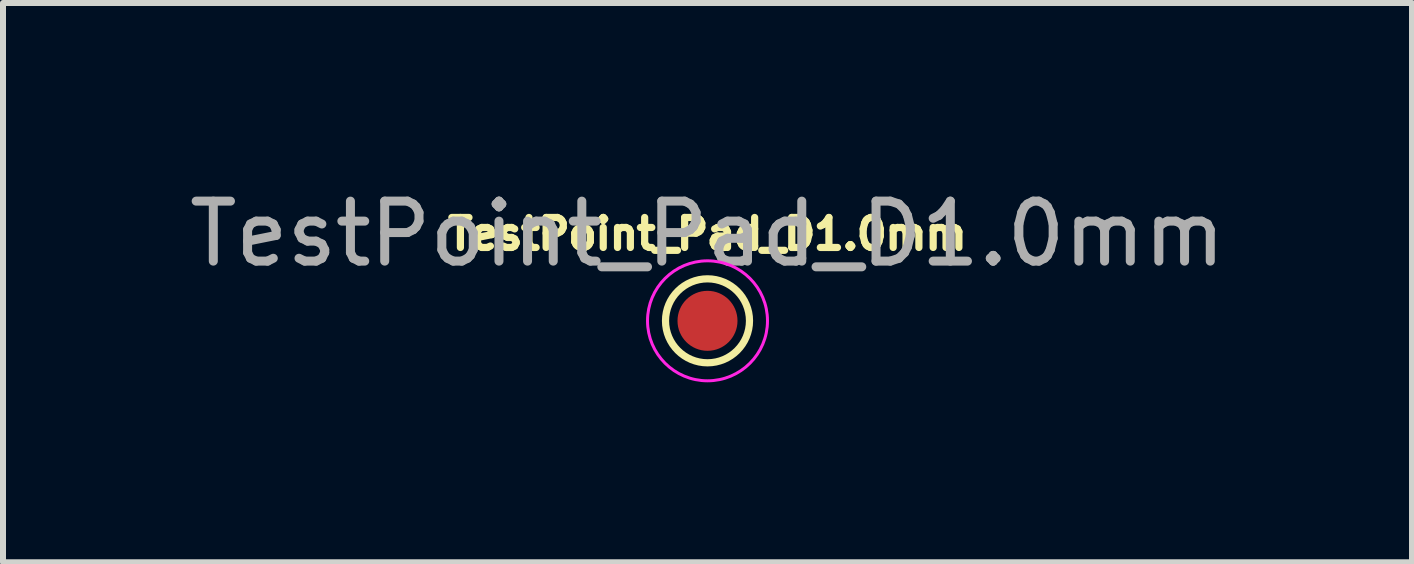
<source format=kicad_pcb>
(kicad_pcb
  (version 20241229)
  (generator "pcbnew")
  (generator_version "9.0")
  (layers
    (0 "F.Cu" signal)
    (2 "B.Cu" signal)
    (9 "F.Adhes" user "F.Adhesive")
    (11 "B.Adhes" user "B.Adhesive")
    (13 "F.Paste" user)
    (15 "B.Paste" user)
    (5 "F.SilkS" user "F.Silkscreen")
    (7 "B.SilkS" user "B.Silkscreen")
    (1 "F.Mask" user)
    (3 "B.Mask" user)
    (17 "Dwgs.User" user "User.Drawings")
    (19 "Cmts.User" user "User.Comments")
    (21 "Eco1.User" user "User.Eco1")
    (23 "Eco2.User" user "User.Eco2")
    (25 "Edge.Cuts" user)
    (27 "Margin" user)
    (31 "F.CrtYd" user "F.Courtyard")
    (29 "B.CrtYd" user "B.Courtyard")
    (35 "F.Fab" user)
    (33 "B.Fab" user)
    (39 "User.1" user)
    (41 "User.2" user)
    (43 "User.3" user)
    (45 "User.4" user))
  (footprint "TestPoint_Pad_D1.0mm"
    (layer "F.Cu")
    (at 8.744 2.298)
    (property "Reference" "TestPoint_Pad_D1.0mm" (at 0 -1.448 0) (layer "F.SilkS") (effects (font (size 0.5 0.5) (thickness 0.12))))
    (attr exclude_from_pos_files)
    (fp_circle (center 0 0) (end 0 0.7) (stroke (width 0.12) (type solid)) (fill no) (layer "F.SilkS"))
    (fp_circle (center 0 0) (end 1 0) (stroke (width 0.05) (type solid)) (fill no) (layer "F.CrtYd"))
    (fp_text user "${REFERENCE}" (at 0 -1.45 0) (layer "F.Fab") (effects (font (size 1 1) (thickness 0.15))))
    (pad "1" smd circle (at 0 0) (size 1 1) (layers "F.Cu" "F.Mask")))
  (gr_rect
    (start -3 -3)
    (end 20.488 6.323)
    (stroke (width 0.1) (type default))
    (fill no)
    (layer "Edge.Cuts")))
</source>
